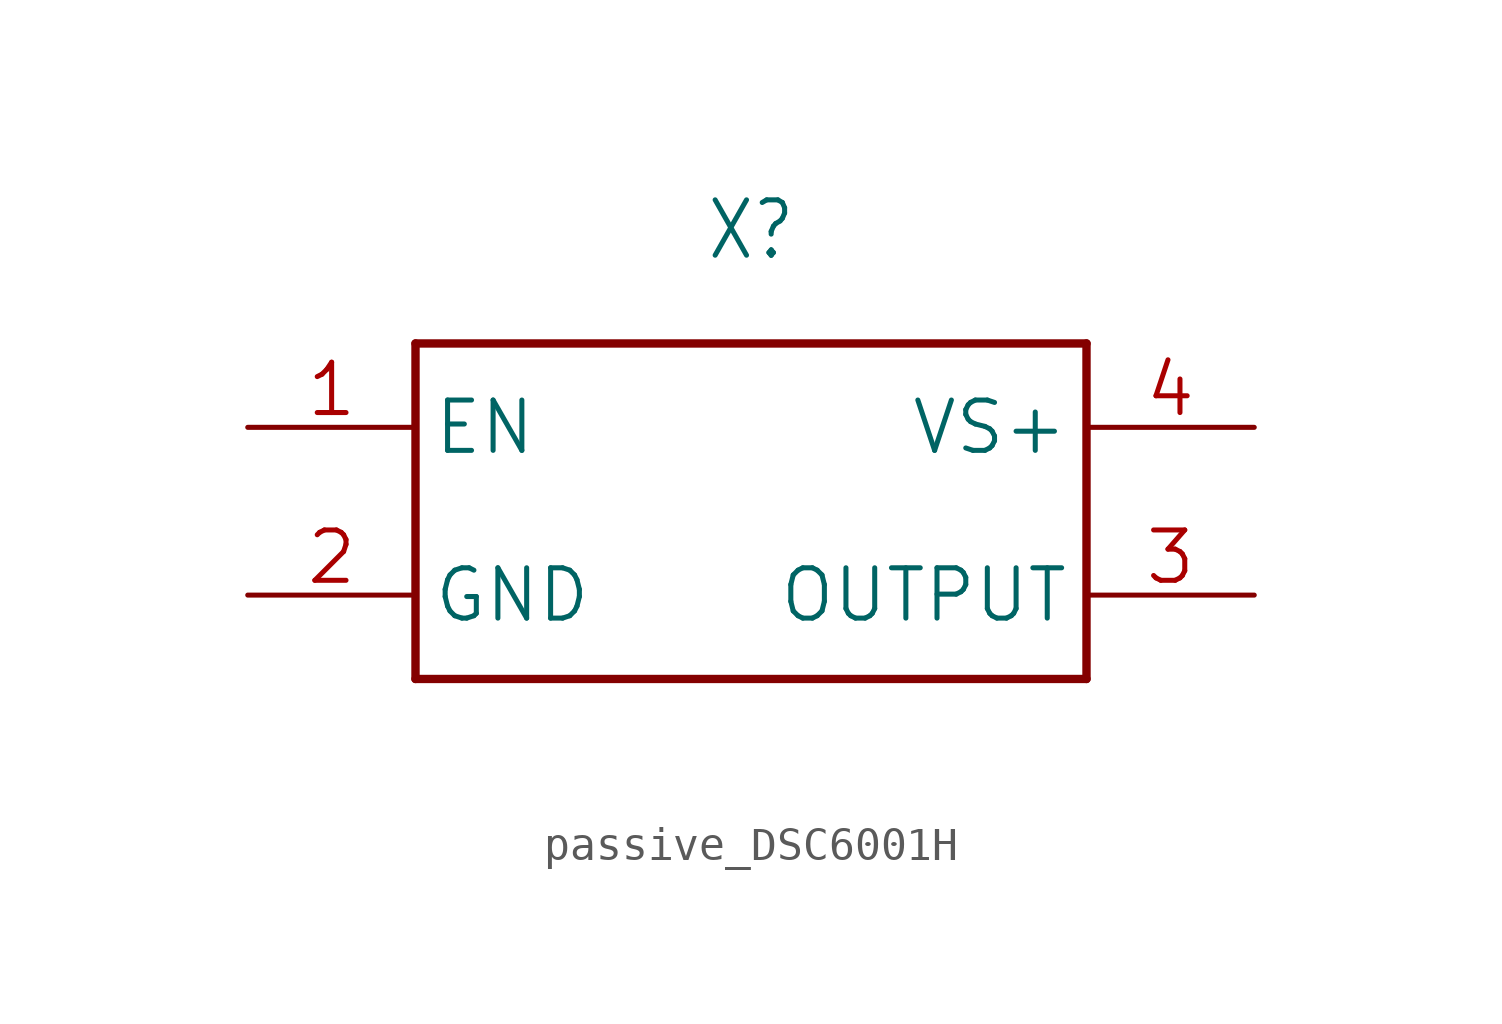
<source format=kicad_sym>
(kicad_symbol_lib
  (version 20241209)
  (generator "kicad_symbol_editor")
  (generator_version "9.0")
  (symbol "passive_DSC6001H"
    (property "Reference" "X"
      (at 0 7.54 0)
      (effects (font (size 1.676 1.425)) (justify bottom)))
    (property "Value" ""
      (at 0 -7 0)
      (effects (font (size 1.676 1.425)) (justify top)))
    (property "ki_locked" ""
      (at 0 0 0)
      (effects (font (size 1.27 1.27))))
    (symbol "passive_DSC6001H_1_0"
      (polyline (pts (xy -10.16 5.08) (xy 10.16 5.08)) (stroke (width 0.254) (type solid)) (fill (type none)))
      (polyline (pts (xy -10.16 -5.08) (xy -10.16 5.08)) (stroke (width 0.254) (type solid)) (fill (type none)))
      (polyline (pts (xy 10.16 5.08) (xy 10.16 -5.08)) (stroke (width 0.254) (type solid)) (fill (type none)))
      (polyline (pts (xy 10.16 -5.08) (xy -10.16 -5.08)) (stroke (width 0.254) (type solid)) (fill (type none)))
      (pin bidirectional line (at -15.24 2.54 0) (length 5.08) (name "EN" (effects (font (size 1.524 1.524)))) (number "1" (effects (font (size 1.524 1.524)))))
      (pin bidirectional line (at -15.24 -2.54 0) (length 5.08) (name "GND" (effects (font (size 1.524 1.524)))) (number "2" (effects (font (size 1.524 1.524)))))
      (pin bidirectional line (at 15.24 2.54 180) (length 5.08) (name "VS+" (effects (font (size 1.524 1.524)))) (number "4" (effects (font (size 1.524 1.524)))))
      (pin bidirectional line (at 15.24 -2.54 180) (length 5.08) (name "OUTPUT" (effects (font (size 1.524 1.524)))) (number "3" (effects (font (size 1.524 1.524))))))))
</source>
